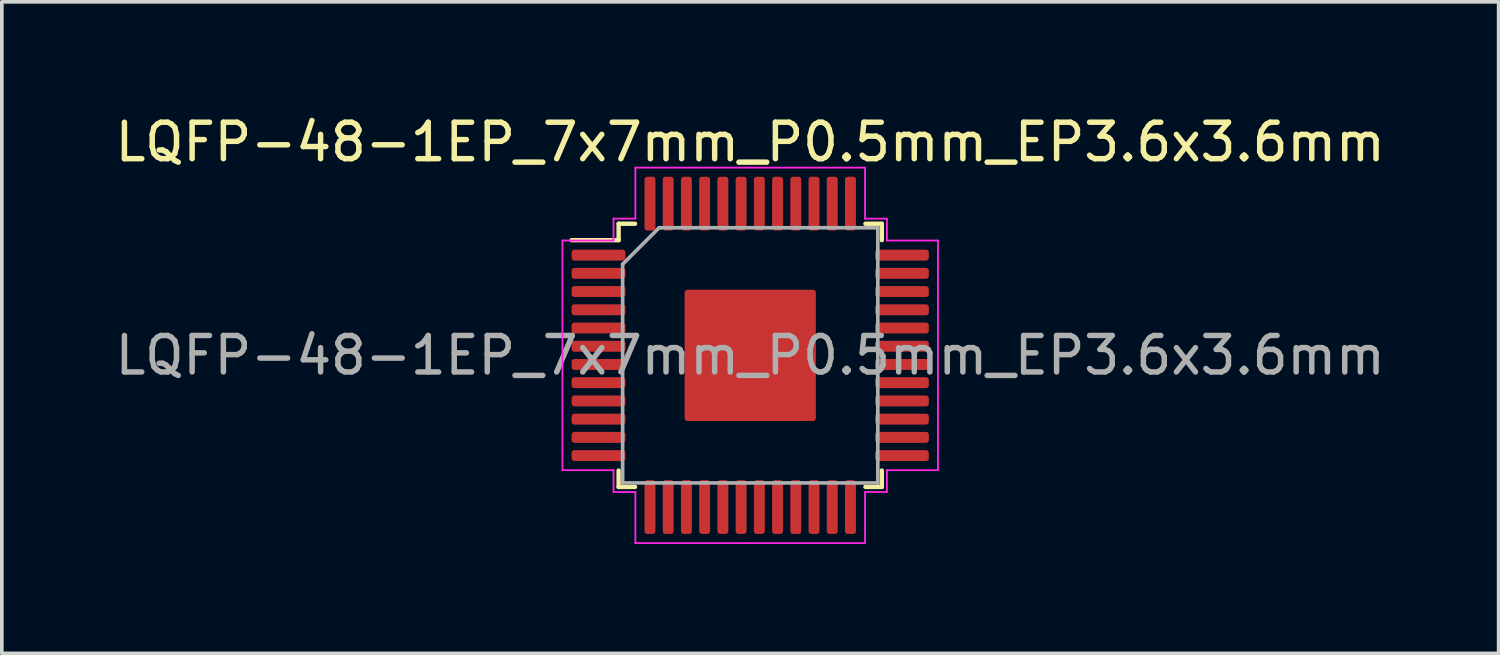
<source format=kicad_pcb>
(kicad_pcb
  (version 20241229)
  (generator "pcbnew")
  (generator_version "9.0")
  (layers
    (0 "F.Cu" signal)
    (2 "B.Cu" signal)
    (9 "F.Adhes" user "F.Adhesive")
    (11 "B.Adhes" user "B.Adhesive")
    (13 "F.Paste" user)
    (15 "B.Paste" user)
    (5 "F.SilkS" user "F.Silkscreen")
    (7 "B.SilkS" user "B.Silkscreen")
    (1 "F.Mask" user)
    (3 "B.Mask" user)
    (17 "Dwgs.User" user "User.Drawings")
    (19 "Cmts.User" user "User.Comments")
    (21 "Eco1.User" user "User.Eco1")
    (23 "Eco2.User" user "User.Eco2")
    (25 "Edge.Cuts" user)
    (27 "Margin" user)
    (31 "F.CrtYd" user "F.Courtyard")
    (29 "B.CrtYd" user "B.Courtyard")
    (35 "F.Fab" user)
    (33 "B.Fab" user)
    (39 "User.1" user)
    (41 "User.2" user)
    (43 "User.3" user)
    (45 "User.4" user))
  (footprint "LQFP-48-1EP_7x7mm_P0.5mm_EP3.6x3.6mm"
    (layer "F.Cu")
    (at 17.53 6.698)
    (property "Reference" "LQFP-48-1EP_7x7mm_P0.5mm_EP3.6x3.6mm" (at 0 -5.85 0) (layer "F.SilkS") (effects (font (size 1 1) (thickness 0.15))))
    (attr smd)
    (fp_line (start -3.61 -3.61) (end -3.61 -3.16) (stroke (width 0.12) (type solid)) (layer "F.SilkS"))
    (fp_line (start -3.61 -3.16) (end -4.9 -3.16) (stroke (width 0.12) (type solid)) (layer "F.SilkS"))
    (fp_line (start -3.61 3.61) (end -3.61 3.16) (stroke (width 0.12) (type solid)) (layer "F.SilkS"))
    (fp_line (start -3.16 -3.61) (end -3.61 -3.61) (stroke (width 0.12) (type solid)) (layer "F.SilkS"))
    (fp_line (start -3.16 3.61) (end -3.61 3.61) (stroke (width 0.12) (type solid)) (layer "F.SilkS"))
    (fp_line (start 3.16 -3.61) (end 3.61 -3.61) (stroke (width 0.12) (type solid)) (layer "F.SilkS"))
    (fp_line (start 3.16 3.61) (end 3.61 3.61) (stroke (width 0.12) (type solid)) (layer "F.SilkS"))
    (fp_line (start 3.61 -3.61) (end 3.61 -3.16) (stroke (width 0.12) (type solid)) (layer "F.SilkS"))
    (fp_line (start 3.61 3.61) (end 3.61 3.16) (stroke (width 0.12) (type solid)) (layer "F.SilkS"))
    (fp_line (start -5.15 -3.15) (end -5.15 0) (stroke (width 0.05) (type solid)) (layer "F.CrtYd"))
    (fp_line (start -5.15 3.15) (end -5.15 0) (stroke (width 0.05) (type solid)) (layer "F.CrtYd"))
    (fp_line (start -3.75 -3.75) (end -3.75 -3.15) (stroke (width 0.05) (type solid)) (layer "F.CrtYd"))
    (fp_line (start -3.75 -3.15) (end -5.15 -3.15) (stroke (width 0.05) (type solid)) (layer "F.CrtYd"))
    (fp_line (start -3.75 3.15) (end -5.15 3.15) (stroke (width 0.05) (type solid)) (layer "F.CrtYd"))
    (fp_line (start -3.75 3.75) (end -3.75 3.15) (stroke (width 0.05) (type solid)) (layer "F.CrtYd"))
    (fp_line (start -3.15 -5.15) (end -3.15 -3.75) (stroke (width 0.05) (type solid)) (layer "F.CrtYd"))
    (fp_line (start -3.15 -3.75) (end -3.75 -3.75) (stroke (width 0.05) (type solid)) (layer "F.CrtYd"))
    (fp_line (start -3.15 3.75) (end -3.75 3.75) (stroke (width 0.05) (type solid)) (layer "F.CrtYd"))
    (fp_line (start -3.15 5.15) (end -3.15 3.75) (stroke (width 0.05) (type solid)) (layer "F.CrtYd"))
    (fp_line (start 0 -5.15) (end -3.15 -5.15) (stroke (width 0.05) (type solid)) (layer "F.CrtYd"))
    (fp_line (start 0 -5.15) (end 3.15 -5.15) (stroke (width 0.05) (type solid)) (layer "F.CrtYd"))
    (fp_line (start 0 5.15) (end -3.15 5.15) (stroke (width 0.05) (type solid)) (layer "F.CrtYd"))
    (fp_line (start 0 5.15) (end 3.15 5.15) (stroke (width 0.05) (type solid)) (layer "F.CrtYd"))
    (fp_line (start 3.15 -5.15) (end 3.15 -3.75) (stroke (width 0.05) (type solid)) (layer "F.CrtYd"))
    (fp_line (start 3.15 -3.75) (end 3.75 -3.75) (stroke (width 0.05) (type solid)) (layer "F.CrtYd"))
    (fp_line (start 3.15 3.75) (end 3.75 3.75) (stroke (width 0.05) (type solid)) (layer "F.CrtYd"))
    (fp_line (start 3.15 5.15) (end 3.15 3.75) (stroke (width 0.05) (type solid)) (layer "F.CrtYd"))
    (fp_line (start 3.75 -3.75) (end 3.75 -3.15) (stroke (width 0.05) (type solid)) (layer "F.CrtYd"))
    (fp_line (start 3.75 -3.15) (end 5.15 -3.15) (stroke (width 0.05) (type solid)) (layer "F.CrtYd"))
    (fp_line (start 3.75 3.15) (end 5.15 3.15) (stroke (width 0.05) (type solid)) (layer "F.CrtYd"))
    (fp_line (start 3.75 3.75) (end 3.75 3.15) (stroke (width 0.05) (type solid)) (layer "F.CrtYd"))
    (fp_line (start 5.15 -3.15) (end 5.15 0) (stroke (width 0.05) (type solid)) (layer "F.CrtYd"))
    (fp_line (start 5.15 3.15) (end 5.15 0) (stroke (width 0.05) (type solid)) (layer "F.CrtYd"))
    (fp_line (start -3.5 -2.5) (end -2.5 -3.5) (stroke (width 0.1) (type solid)) (layer "F.Fab"))
    (fp_line (start -3.5 3.5) (end -3.5 -2.5) (stroke (width 0.1) (type solid)) (layer "F.Fab"))
    (fp_line (start -2.5 -3.5) (end 3.5 -3.5) (stroke (width 0.1) (type solid)) (layer "F.Fab"))
    (fp_line (start 3.5 -3.5) (end 3.5 3.5) (stroke (width 0.1) (type solid)) (layer "F.Fab"))
    (fp_line (start 3.5 3.5) (end -3.5 3.5) (stroke (width 0.1) (type solid)) (layer "F.Fab"))
    (fp_text user "${REFERENCE}" (at 0 0 0) (layer "F.Fab") (effects (font (size 1 1) (thickness 0.15))))
    (pad "" smd roundrect (at -1.2 -1.2) (size 0.97 0.97) (layers "F.Paste") (roundrect_rratio 0.25))
    (pad "" smd roundrect (at -1.2 0) (size 0.97 0.97) (layers "F.Paste") (roundrect_rratio 0.25))
    (pad "" smd roundrect (at -1.2 1.2) (size 0.97 0.97) (layers "F.Paste") (roundrect_rratio 0.25))
    (pad "" smd roundrect (at 0 -1.2) (size 0.97 0.97) (layers "F.Paste") (roundrect_rratio 0.25))
    (pad "" smd roundrect (at 0 0) (size 0.97 0.97) (layers "F.Paste") (roundrect_rratio 0.25))
    (pad "" smd roundrect (at 0 1.2) (size 0.97 0.97) (layers "F.Paste") (roundrect_rratio 0.25))
    (pad "" smd roundrect (at 1.2 -1.2) (size 0.97 0.97) (layers "F.Paste") (roundrect_rratio 0.25))
    (pad "" smd roundrect (at 1.2 0) (size 0.97 0.97) (layers "F.Paste") (roundrect_rratio 0.25))
    (pad "" smd roundrect (at 1.2 1.2) (size 0.97 0.97) (layers "F.Paste") (roundrect_rratio 0.25))
    (pad "1" smd roundrect (at -4.162 -2.75) (size 1.475 0.3) (layers "F.Cu" "F.Mask" "F.Paste") (roundrect_rratio 0.25))
    (pad "2" smd roundrect (at -4.162 -2.25) (size 1.475 0.3) (layers "F.Cu" "F.Mask" "F.Paste") (roundrect_rratio 0.25))
    (pad "3" smd roundrect (at -4.162 -1.75) (size 1.475 0.3) (layers "F.Cu" "F.Mask" "F.Paste") (roundrect_rratio 0.25))
    (pad "4" smd roundrect (at -4.162 -1.25) (size 1.475 0.3) (layers "F.Cu" "F.Mask" "F.Paste") (roundrect_rratio 0.25))
    (pad "5" smd roundrect (at -4.162 -0.75) (size 1.475 0.3) (layers "F.Cu" "F.Mask" "F.Paste") (roundrect_rratio 0.25))
    (pad "6" smd roundrect (at -4.162 -0.25) (size 1.475 0.3) (layers "F.Cu" "F.Mask" "F.Paste") (roundrect_rratio 0.25))
    (pad "7" smd roundrect (at -4.162 0.25) (size 1.475 0.3) (layers "F.Cu" "F.Mask" "F.Paste") (roundrect_rratio 0.25))
    (pad "8" smd roundrect (at -4.162 0.75) (size 1.475 0.3) (layers "F.Cu" "F.Mask" "F.Paste") (roundrect_rratio 0.25))
    (pad "9" smd roundrect (at -4.162 1.25) (size 1.475 0.3) (layers "F.Cu" "F.Mask" "F.Paste") (roundrect_rratio 0.25))
    (pad "10" smd roundrect (at -4.162 1.75) (size 1.475 0.3) (layers "F.Cu" "F.Mask" "F.Paste") (roundrect_rratio 0.25))
    (pad "11" smd roundrect (at -4.162 2.25) (size 1.475 0.3) (layers "F.Cu" "F.Mask" "F.Paste") (roundrect_rratio 0.25))
    (pad "12" smd roundrect (at -4.162 2.75) (size 1.475 0.3) (layers "F.Cu" "F.Mask" "F.Paste") (roundrect_rratio 0.25))
    (pad "13" smd roundrect (at -2.75 4.162) (size 0.3 1.475) (layers "F.Cu" "F.Mask" "F.Paste") (roundrect_rratio 0.25))
    (pad "14" smd roundrect (at -2.25 4.162) (size 0.3 1.475) (layers "F.Cu" "F.Mask" "F.Paste") (roundrect_rratio 0.25))
    (pad "15" smd roundrect (at -1.75 4.162) (size 0.3 1.475) (layers "F.Cu" "F.Mask" "F.Paste") (roundrect_rratio 0.25))
    (pad "16" smd roundrect (at -1.25 4.162) (size 0.3 1.475) (layers "F.Cu" "F.Mask" "F.Paste") (roundrect_rratio 0.25))
    (pad "17" smd roundrect (at -0.75 4.162) (size 0.3 1.475) (layers "F.Cu" "F.Mask" "F.Paste") (roundrect_rratio 0.25))
    (pad "18" smd roundrect (at -0.25 4.162) (size 0.3 1.475) (layers "F.Cu" "F.Mask" "F.Paste") (roundrect_rratio 0.25))
    (pad "19" smd roundrect (at 0.25 4.162) (size 0.3 1.475) (layers "F.Cu" "F.Mask" "F.Paste") (roundrect_rratio 0.25))
    (pad "20" smd roundrect (at 0.75 4.162) (size 0.3 1.475) (layers "F.Cu" "F.Mask" "F.Paste") (roundrect_rratio 0.25))
    (pad "21" smd roundrect (at 1.25 4.162) (size 0.3 1.475) (layers "F.Cu" "F.Mask" "F.Paste") (roundrect_rratio 0.25))
    (pad "22" smd roundrect (at 1.75 4.162) (size 0.3 1.475) (layers "F.Cu" "F.Mask" "F.Paste") (roundrect_rratio 0.25))
    (pad "23" smd roundrect (at 2.25 4.162) (size 0.3 1.475) (layers "F.Cu" "F.Mask" "F.Paste") (roundrect_rratio 0.25))
    (pad "24" smd roundrect (at 2.75 4.162) (size 0.3 1.475) (layers "F.Cu" "F.Mask" "F.Paste") (roundrect_rratio 0.25))
    (pad "25" smd roundrect (at 4.162 2.75) (size 1.475 0.3) (layers "F.Cu" "F.Mask" "F.Paste") (roundrect_rratio 0.25))
    (pad "26" smd roundrect (at 4.162 2.25) (size 1.475 0.3) (layers "F.Cu" "F.Mask" "F.Paste") (roundrect_rratio 0.25))
    (pad "27" smd roundrect (at 4.162 1.75) (size 1.475 0.3) (layers "F.Cu" "F.Mask" "F.Paste") (roundrect_rratio 0.25))
    (pad "28" smd roundrect (at 4.162 1.25) (size 1.475 0.3) (layers "F.Cu" "F.Mask" "F.Paste") (roundrect_rratio 0.25))
    (pad "29" smd roundrect (at 4.162 0.75) (size 1.475 0.3) (layers "F.Cu" "F.Mask" "F.Paste") (roundrect_rratio 0.25))
    (pad "30" smd roundrect (at 4.162 0.25) (size 1.475 0.3) (layers "F.Cu" "F.Mask" "F.Paste") (roundrect_rratio 0.25))
    (pad "31" smd roundrect (at 4.162 -0.25) (size 1.475 0.3) (layers "F.Cu" "F.Mask" "F.Paste") (roundrect_rratio 0.25))
    (pad "32" smd roundrect (at 4.162 -0.75) (size 1.475 0.3) (layers "F.Cu" "F.Mask" "F.Paste") (roundrect_rratio 0.25))
    (pad "33" smd roundrect (at 4.162 -1.25) (size 1.475 0.3) (layers "F.Cu" "F.Mask" "F.Paste") (roundrect_rratio 0.25))
    (pad "34" smd roundrect (at 4.162 -1.75) (size 1.475 0.3) (layers "F.Cu" "F.Mask" "F.Paste") (roundrect_rratio 0.25))
    (pad "35" smd roundrect (at 4.162 -2.25) (size 1.475 0.3) (layers "F.Cu" "F.Mask" "F.Paste") (roundrect_rratio 0.25))
    (pad "36" smd roundrect (at 4.162 -2.75) (size 1.475 0.3) (layers "F.Cu" "F.Mask" "F.Paste") (roundrect_rratio 0.25))
    (pad "37" smd roundrect (at 2.75 -4.162) (size 0.3 1.475) (layers "F.Cu" "F.Mask" "F.Paste") (roundrect_rratio 0.25))
    (pad "38" smd roundrect (at 2.25 -4.162) (size 0.3 1.475) (layers "F.Cu" "F.Mask" "F.Paste") (roundrect_rratio 0.25))
    (pad "39" smd roundrect (at 1.75 -4.162) (size 0.3 1.475) (layers "F.Cu" "F.Mask" "F.Paste") (roundrect_rratio 0.25))
    (pad "40" smd roundrect (at 1.25 -4.162) (size 0.3 1.475) (layers "F.Cu" "F.Mask" "F.Paste") (roundrect_rratio 0.25))
    (pad "41" smd roundrect (at 0.75 -4.162) (size 0.3 1.475) (layers "F.Cu" "F.Mask" "F.Paste") (roundrect_rratio 0.25))
    (pad "42" smd roundrect (at 0.25 -4.162) (size 0.3 1.475) (layers "F.Cu" "F.Mask" "F.Paste") (roundrect_rratio 0.25))
    (pad "43" smd roundrect (at -0.25 -4.162) (size 0.3 1.475) (layers "F.Cu" "F.Mask" "F.Paste") (roundrect_rratio 0.25))
    (pad "44" smd roundrect (at -0.75 -4.162) (size 0.3 1.475) (layers "F.Cu" "F.Mask" "F.Paste") (roundrect_rratio 0.25))
    (pad "45" smd roundrect (at -1.25 -4.162) (size 0.3 1.475) (layers "F.Cu" "F.Mask" "F.Paste") (roundrect_rratio 0.25))
    (pad "46" smd roundrect (at -1.75 -4.162) (size 0.3 1.475) (layers "F.Cu" "F.Mask" "F.Paste") (roundrect_rratio 0.25))
    (pad "47" smd roundrect (at -2.25 -4.162) (size 0.3 1.475) (layers "F.Cu" "F.Mask" "F.Paste") (roundrect_rratio 0.25))
    (pad "48" smd roundrect (at -2.75 -4.162) (size 0.3 1.475) (layers "F.Cu" "F.Mask" "F.Paste") (roundrect_rratio 0.25))
    (pad "49" smd roundrect (at 0 0) (size 3.6 3.6) (layers "F.Cu" "F.Mask") (roundrect_rratio 0.021)))
  (gr_rect
    (start -3 -3)
    (end 38.06 14.873)
    (stroke (width 0.1) (type default))
    (fill no)
    (layer "Edge.Cuts")))
</source>
